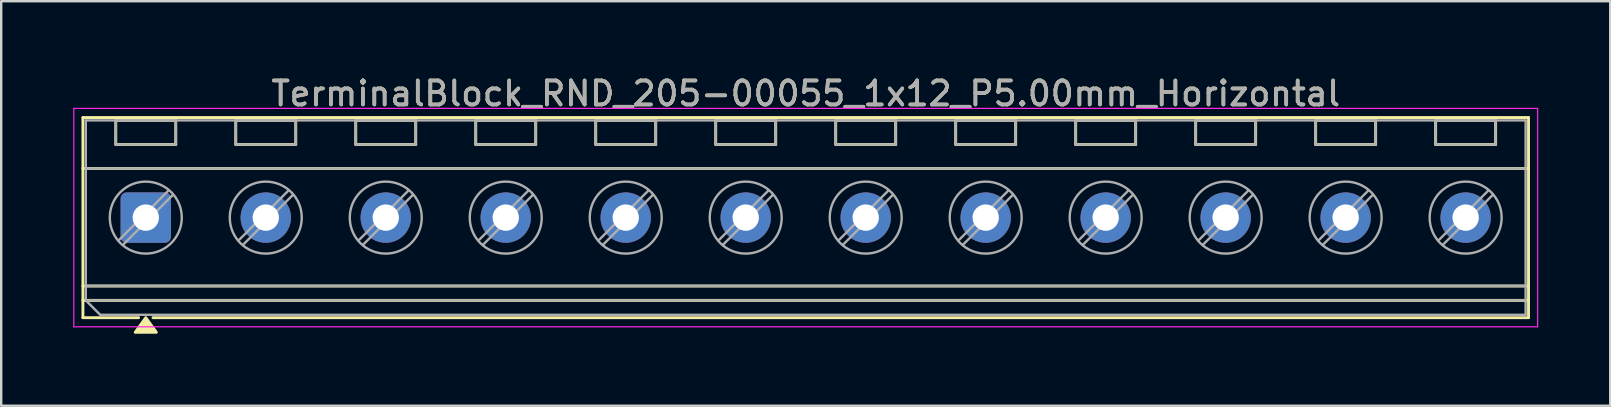
<source format=kicad_pcb>
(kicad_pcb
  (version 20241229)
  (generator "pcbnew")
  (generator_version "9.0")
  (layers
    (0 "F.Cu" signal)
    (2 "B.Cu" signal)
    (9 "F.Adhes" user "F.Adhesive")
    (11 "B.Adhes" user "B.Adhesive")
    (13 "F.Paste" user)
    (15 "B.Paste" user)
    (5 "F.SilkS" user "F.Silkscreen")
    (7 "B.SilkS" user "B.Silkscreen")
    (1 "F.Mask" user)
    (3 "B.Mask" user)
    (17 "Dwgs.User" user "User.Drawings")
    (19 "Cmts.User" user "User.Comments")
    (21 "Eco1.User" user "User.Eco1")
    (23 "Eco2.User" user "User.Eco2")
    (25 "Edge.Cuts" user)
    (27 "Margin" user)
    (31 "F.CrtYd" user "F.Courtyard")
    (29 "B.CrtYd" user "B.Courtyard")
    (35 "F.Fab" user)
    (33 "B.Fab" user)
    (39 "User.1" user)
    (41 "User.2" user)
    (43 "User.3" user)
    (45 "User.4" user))
  (footprint "TerminalBlock_RND_205-00055_1x12_P5.00mm_Horizontal"
    (layer "F.Cu")
    (at 3.025 6.018)
    (property "Reference" "TerminalBlock_RND_205-00055_1x12_P5.00mm_Horizontal" (at 27.5 -5.17 0) (layer "F.SilkS") (effects (font (size 1 1) (thickness 0.15))))
    (attr through_hole)
    (fp_line (start -2.62 -4.17) (end -2.62 4.17) (stroke (width 0.12) (type solid)) (layer "F.SilkS"))
    (fp_line (start -2.62 -4.17) (end 57.62 -4.17) (stroke (width 0.12) (type solid)) (layer "F.SilkS"))
    (fp_line (start -2.62 -2.05) (end 57.62 -2.05) (stroke (width 0.12) (type solid)) (layer "F.SilkS"))
    (fp_line (start -2.62 2.85) (end 57.62 2.85) (stroke (width 0.12) (type solid)) (layer "F.SilkS"))
    (fp_line (start -2.62 3.45) (end 57.62 3.45) (stroke (width 0.12) (type solid)) (layer "F.SilkS"))
    (fp_line (start -2.62 4.17) (end -0.3 4.17) (stroke (width 0.12) (type solid)) (layer "F.SilkS"))
    (fp_line (start -1.25 -4.05) (end -1.25 -3.05) (stroke (width 0.12) (type solid)) (layer "F.SilkS"))
    (fp_line (start -1.25 -4.05) (end 1.25 -4.05) (stroke (width 0.12) (type solid)) (layer "F.SilkS"))
    (fp_line (start -1.25 -3.05) (end 1.25 -3.05) (stroke (width 0.12) (type solid)) (layer "F.SilkS"))
    (fp_line (start 0.3 4.17) (end 57.62 4.17) (stroke (width 0.12) (type solid)) (layer "F.SilkS"))
    (fp_line (start 1.25 -4.05) (end 1.25 -3.05) (stroke (width 0.12) (type solid)) (layer "F.SilkS"))
    (fp_line (start 3.75 -4.05) (end 3.75 -3.05) (stroke (width 0.12) (type solid)) (layer "F.SilkS"))
    (fp_line (start 3.75 -4.05) (end 6.25 -4.05) (stroke (width 0.12) (type solid)) (layer "F.SilkS"))
    (fp_line (start 3.75 -3.05) (end 6.25 -3.05) (stroke (width 0.12) (type solid)) (layer "F.SilkS"))
    (fp_line (start 6.25 -4.05) (end 6.25 -3.05) (stroke (width 0.12) (type solid)) (layer "F.SilkS"))
    (fp_line (start 8.75 -4.05) (end 8.75 -3.05) (stroke (width 0.12) (type solid)) (layer "F.SilkS"))
    (fp_line (start 8.75 -4.05) (end 11.25 -4.05) (stroke (width 0.12) (type solid)) (layer "F.SilkS"))
    (fp_line (start 8.75 -3.05) (end 11.25 -3.05) (stroke (width 0.12) (type solid)) (layer "F.SilkS"))
    (fp_line (start 11.25 -4.05) (end 11.25 -3.05) (stroke (width 0.12) (type solid)) (layer "F.SilkS"))
    (fp_line (start 13.75 -4.05) (end 13.75 -3.05) (stroke (width 0.12) (type solid)) (layer "F.SilkS"))
    (fp_line (start 13.75 -4.05) (end 16.25 -4.05) (stroke (width 0.12) (type solid)) (layer "F.SilkS"))
    (fp_line (start 13.75 -3.05) (end 16.25 -3.05) (stroke (width 0.12) (type solid)) (layer "F.SilkS"))
    (fp_line (start 16.25 -4.05) (end 16.25 -3.05) (stroke (width 0.12) (type solid)) (layer "F.SilkS"))
    (fp_line (start 18.75 -4.05) (end 18.75 -3.05) (stroke (width 0.12) (type solid)) (layer "F.SilkS"))
    (fp_line (start 18.75 -4.05) (end 21.25 -4.05) (stroke (width 0.12) (type solid)) (layer "F.SilkS"))
    (fp_line (start 18.75 -3.05) (end 21.25 -3.05) (stroke (width 0.12) (type solid)) (layer "F.SilkS"))
    (fp_line (start 21.25 -4.05) (end 21.25 -3.05) (stroke (width 0.12) (type solid)) (layer "F.SilkS"))
    (fp_line (start 23.75 -4.05) (end 23.75 -3.05) (stroke (width 0.12) (type solid)) (layer "F.SilkS"))
    (fp_line (start 23.75 -4.05) (end 26.25 -4.05) (stroke (width 0.12) (type solid)) (layer "F.SilkS"))
    (fp_line (start 23.75 -3.05) (end 26.25 -3.05) (stroke (width 0.12) (type solid)) (layer "F.SilkS"))
    (fp_line (start 26.25 -4.05) (end 26.25 -3.05) (stroke (width 0.12) (type solid)) (layer "F.SilkS"))
    (fp_line (start 28.75 -4.05) (end 28.75 -3.05) (stroke (width 0.12) (type solid)) (layer "F.SilkS"))
    (fp_line (start 28.75 -4.05) (end 31.25 -4.05) (stroke (width 0.12) (type solid)) (layer "F.SilkS"))
    (fp_line (start 28.75 -3.05) (end 31.25 -3.05) (stroke (width 0.12) (type solid)) (layer "F.SilkS"))
    (fp_line (start 31.25 -4.05) (end 31.25 -3.05) (stroke (width 0.12) (type solid)) (layer "F.SilkS"))
    (fp_line (start 33.75 -4.05) (end 33.75 -3.05) (stroke (width 0.12) (type solid)) (layer "F.SilkS"))
    (fp_line (start 33.75 -4.05) (end 36.25 -4.05) (stroke (width 0.12) (type solid)) (layer "F.SilkS"))
    (fp_line (start 33.75 -3.05) (end 36.25 -3.05) (stroke (width 0.12) (type solid)) (layer "F.SilkS"))
    (fp_line (start 36.25 -4.05) (end 36.25 -3.05) (stroke (width 0.12) (type solid)) (layer "F.SilkS"))
    (fp_line (start 38.75 -4.05) (end 38.75 -3.05) (stroke (width 0.12) (type solid)) (layer "F.SilkS"))
    (fp_line (start 38.75 -4.05) (end 41.25 -4.05) (stroke (width 0.12) (type solid)) (layer "F.SilkS"))
    (fp_line (start 38.75 -3.05) (end 41.25 -3.05) (stroke (width 0.12) (type solid)) (layer "F.SilkS"))
    (fp_line (start 41.25 -4.05) (end 41.25 -3.05) (stroke (width 0.12) (type solid)) (layer "F.SilkS"))
    (fp_line (start 43.75 -4.05) (end 43.75 -3.05) (stroke (width 0.12) (type solid)) (layer "F.SilkS"))
    (fp_line (start 43.75 -4.05) (end 46.25 -4.05) (stroke (width 0.12) (type solid)) (layer "F.SilkS"))
    (fp_line (start 43.75 -3.05) (end 46.25 -3.05) (stroke (width 0.12) (type solid)) (layer "F.SilkS"))
    (fp_line (start 46.25 -4.05) (end 46.25 -3.05) (stroke (width 0.12) (type solid)) (layer "F.SilkS"))
    (fp_line (start 48.75 -4.05) (end 48.75 -3.05) (stroke (width 0.12) (type solid)) (layer "F.SilkS"))
    (fp_line (start 48.75 -4.05) (end 51.25 -4.05) (stroke (width 0.12) (type solid)) (layer "F.SilkS"))
    (fp_line (start 48.75 -3.05) (end 51.25 -3.05) (stroke (width 0.12) (type solid)) (layer "F.SilkS"))
    (fp_line (start 51.25 -4.05) (end 51.25 -3.05) (stroke (width 0.12) (type solid)) (layer "F.SilkS"))
    (fp_line (start 53.75 -4.05) (end 53.75 -3.05) (stroke (width 0.12) (type solid)) (layer "F.SilkS"))
    (fp_line (start 53.75 -4.05) (end 56.25 -4.05) (stroke (width 0.12) (type solid)) (layer "F.SilkS"))
    (fp_line (start 53.75 -3.05) (end 56.25 -3.05) (stroke (width 0.12) (type solid)) (layer "F.SilkS"))
    (fp_line (start 56.25 -4.05) (end 56.25 -3.05) (stroke (width 0.12) (type solid)) (layer "F.SilkS"))
    (fp_line (start 57.62 -4.17) (end 57.62 4.17) (stroke (width 0.12) (type solid)) (layer "F.SilkS"))
    (fp_poly (pts (xy 0 4.17) (xy 0.44 4.78) (xy -0.44 4.78)) (stroke (width 0.12) (type solid)) (fill yes) (layer "F.SilkS"))
    (fp_line (start -3 -4.55) (end -3 4.55) (stroke (width 0.05) (type solid)) (layer "F.CrtYd"))
    (fp_line (start -3 4.55) (end 58 4.55) (stroke (width 0.05) (type solid)) (layer "F.CrtYd"))
    (fp_line (start 58 -4.55) (end -3 -4.55) (stroke (width 0.05) (type solid)) (layer "F.CrtYd"))
    (fp_line (start 58 4.55) (end 58 -4.55) (stroke (width 0.05) (type solid)) (layer "F.CrtYd"))
    (fp_line (start -2.5 -4.05) (end 57.5 -4.05) (stroke (width 0.1) (type solid)) (layer "F.Fab"))
    (fp_line (start -2.5 -2.05) (end 57.5 -2.05) (stroke (width 0.1) (type solid)) (layer "F.Fab"))
    (fp_line (start -2.5 2.85) (end 57.5 2.85) (stroke (width 0.1) (type solid)) (layer "F.Fab"))
    (fp_line (start -2.5 3.45) (end -2.5 -4.05) (stroke (width 0.1) (type solid)) (layer "F.Fab"))
    (fp_line (start -2.5 3.45) (end 57.5 3.45) (stroke (width 0.1) (type solid)) (layer "F.Fab"))
    (fp_line (start -1.9 4.05) (end -2.5 3.45) (stroke (width 0.1) (type solid)) (layer "F.Fab"))
    (fp_line (start -1.25 -4.05) (end -1.25 -3.05) (stroke (width 0.1) (type solid)) (layer "F.Fab"))
    (fp_line (start -1.25 -3.05) (end 1.25 -3.05) (stroke (width 0.1) (type solid)) (layer "F.Fab"))
    (fp_line (start 0.955 -1.138) (end -1.138 0.955) (stroke (width 0.1) (type solid)) (layer "F.Fab"))
    (fp_line (start 1.138 -0.955) (end -0.955 1.138) (stroke (width 0.1) (type solid)) (layer "F.Fab"))
    (fp_line (start 1.25 -4.05) (end -1.25 -4.05) (stroke (width 0.1) (type solid)) (layer "F.Fab"))
    (fp_line (start 1.25 -3.05) (end 1.25 -4.05) (stroke (width 0.1) (type solid)) (layer "F.Fab"))
    (fp_line (start 3.75 -4.05) (end 3.75 -3.05) (stroke (width 0.1) (type solid)) (layer "F.Fab"))
    (fp_line (start 3.75 -3.05) (end 6.25 -3.05) (stroke (width 0.1) (type solid)) (layer "F.Fab"))
    (fp_line (start 5.955 -1.138) (end 3.862 0.955) (stroke (width 0.1) (type solid)) (layer "F.Fab"))
    (fp_line (start 6.138 -0.955) (end 4.045 1.138) (stroke (width 0.1) (type solid)) (layer "F.Fab"))
    (fp_line (start 6.25 -4.05) (end 3.75 -4.05) (stroke (width 0.1) (type solid)) (layer "F.Fab"))
    (fp_line (start 6.25 -3.05) (end 6.25 -4.05) (stroke (width 0.1) (type solid)) (layer "F.Fab"))
    (fp_line (start 8.75 -4.05) (end 8.75 -3.05) (stroke (width 0.1) (type solid)) (layer "F.Fab"))
    (fp_line (start 8.75 -3.05) (end 11.25 -3.05) (stroke (width 0.1) (type solid)) (layer "F.Fab"))
    (fp_line (start 10.955 -1.138) (end 8.862 0.955) (stroke (width 0.1) (type solid)) (layer "F.Fab"))
    (fp_line (start 11.138 -0.955) (end 9.045 1.138) (stroke (width 0.1) (type solid)) (layer "F.Fab"))
    (fp_line (start 11.25 -4.05) (end 8.75 -4.05) (stroke (width 0.1) (type solid)) (layer "F.Fab"))
    (fp_line (start 11.25 -3.05) (end 11.25 -4.05) (stroke (width 0.1) (type solid)) (layer "F.Fab"))
    (fp_line (start 13.75 -4.05) (end 13.75 -3.05) (stroke (width 0.1) (type solid)) (layer "F.Fab"))
    (fp_line (start 13.75 -3.05) (end 16.25 -3.05) (stroke (width 0.1) (type solid)) (layer "F.Fab"))
    (fp_line (start 15.955 -1.138) (end 13.862 0.955) (stroke (width 0.1) (type solid)) (layer "F.Fab"))
    (fp_line (start 16.138 -0.955) (end 14.045 1.138) (stroke (width 0.1) (type solid)) (layer "F.Fab"))
    (fp_line (start 16.25 -4.05) (end 13.75 -4.05) (stroke (width 0.1) (type solid)) (layer "F.Fab"))
    (fp_line (start 16.25 -3.05) (end 16.25 -4.05) (stroke (width 0.1) (type solid)) (layer "F.Fab"))
    (fp_line (start 18.75 -4.05) (end 18.75 -3.05) (stroke (width 0.1) (type solid)) (layer "F.Fab"))
    (fp_line (start 18.75 -3.05) (end 21.25 -3.05) (stroke (width 0.1) (type solid)) (layer "F.Fab"))
    (fp_line (start 20.955 -1.138) (end 18.862 0.955) (stroke (width 0.1) (type solid)) (layer "F.Fab"))
    (fp_line (start 21.138 -0.955) (end 19.045 1.138) (stroke (width 0.1) (type solid)) (layer "F.Fab"))
    (fp_line (start 21.25 -4.05) (end 18.75 -4.05) (stroke (width 0.1) (type solid)) (layer "F.Fab"))
    (fp_line (start 21.25 -3.05) (end 21.25 -4.05) (stroke (width 0.1) (type solid)) (layer "F.Fab"))
    (fp_line (start 23.75 -4.05) (end 23.75 -3.05) (stroke (width 0.1) (type solid)) (layer "F.Fab"))
    (fp_line (start 23.75 -3.05) (end 26.25 -3.05) (stroke (width 0.1) (type solid)) (layer "F.Fab"))
    (fp_line (start 25.955 -1.138) (end 23.862 0.955) (stroke (width 0.1) (type solid)) (layer "F.Fab"))
    (fp_line (start 26.138 -0.955) (end 24.045 1.138) (stroke (width 0.1) (type solid)) (layer "F.Fab"))
    (fp_line (start 26.25 -4.05) (end 23.75 -4.05) (stroke (width 0.1) (type solid)) (layer "F.Fab"))
    (fp_line (start 26.25 -3.05) (end 26.25 -4.05) (stroke (width 0.1) (type solid)) (layer "F.Fab"))
    (fp_line (start 28.75 -4.05) (end 28.75 -3.05) (stroke (width 0.1) (type solid)) (layer "F.Fab"))
    (fp_line (start 28.75 -3.05) (end 31.25 -3.05) (stroke (width 0.1) (type solid)) (layer "F.Fab"))
    (fp_line (start 30.955 -1.138) (end 28.862 0.955) (stroke (width 0.1) (type solid)) (layer "F.Fab"))
    (fp_line (start 31.138 -0.955) (end 29.045 1.138) (stroke (width 0.1) (type solid)) (layer "F.Fab"))
    (fp_line (start 31.25 -4.05) (end 28.75 -4.05) (stroke (width 0.1) (type solid)) (layer "F.Fab"))
    (fp_line (start 31.25 -3.05) (end 31.25 -4.05) (stroke (width 0.1) (type solid)) (layer "F.Fab"))
    (fp_line (start 33.75 -4.05) (end 33.75 -3.05) (stroke (width 0.1) (type solid)) (layer "F.Fab"))
    (fp_line (start 33.75 -3.05) (end 36.25 -3.05) (stroke (width 0.1) (type solid)) (layer "F.Fab"))
    (fp_line (start 35.955 -1.138) (end 33.862 0.955) (stroke (width 0.1) (type solid)) (layer "F.Fab"))
    (fp_line (start 36.138 -0.955) (end 34.045 1.138) (stroke (width 0.1) (type solid)) (layer "F.Fab"))
    (fp_line (start 36.25 -4.05) (end 33.75 -4.05) (stroke (width 0.1) (type solid)) (layer "F.Fab"))
    (fp_line (start 36.25 -3.05) (end 36.25 -4.05) (stroke (width 0.1) (type solid)) (layer "F.Fab"))
    (fp_line (start 38.75 -4.05) (end 38.75 -3.05) (stroke (width 0.1) (type solid)) (layer "F.Fab"))
    (fp_line (start 38.75 -3.05) (end 41.25 -3.05) (stroke (width 0.1) (type solid)) (layer "F.Fab"))
    (fp_line (start 40.955 -1.138) (end 38.862 0.955) (stroke (width 0.1) (type solid)) (layer "F.Fab"))
    (fp_line (start 41.138 -0.955) (end 39.045 1.138) (stroke (width 0.1) (type solid)) (layer "F.Fab"))
    (fp_line (start 41.25 -4.05) (end 38.75 -4.05) (stroke (width 0.1) (type solid)) (layer "F.Fab"))
    (fp_line (start 41.25 -3.05) (end 41.25 -4.05) (stroke (width 0.1) (type solid)) (layer "F.Fab"))
    (fp_line (start 43.75 -4.05) (end 43.75 -3.05) (stroke (width 0.1) (type solid)) (layer "F.Fab"))
    (fp_line (start 43.75 -3.05) (end 46.25 -3.05) (stroke (width 0.1) (type solid)) (layer "F.Fab"))
    (fp_line (start 45.955 -1.138) (end 43.862 0.955) (stroke (width 0.1) (type solid)) (layer "F.Fab"))
    (fp_line (start 46.138 -0.955) (end 44.045 1.138) (stroke (width 0.1) (type solid)) (layer "F.Fab"))
    (fp_line (start 46.25 -4.05) (end 43.75 -4.05) (stroke (width 0.1) (type solid)) (layer "F.Fab"))
    (fp_line (start 46.25 -3.05) (end 46.25 -4.05) (stroke (width 0.1) (type solid)) (layer "F.Fab"))
    (fp_line (start 48.75 -4.05) (end 48.75 -3.05) (stroke (width 0.1) (type solid)) (layer "F.Fab"))
    (fp_line (start 48.75 -3.05) (end 51.25 -3.05) (stroke (width 0.1) (type solid)) (layer "F.Fab"))
    (fp_line (start 50.955 -1.138) (end 48.862 0.955) (stroke (width 0.1) (type solid)) (layer "F.Fab"))
    (fp_line (start 51.138 -0.955) (end 49.045 1.138) (stroke (width 0.1) (type solid)) (layer "F.Fab"))
    (fp_line (start 51.25 -4.05) (end 48.75 -4.05) (stroke (width 0.1) (type solid)) (layer "F.Fab"))
    (fp_line (start 51.25 -3.05) (end 51.25 -4.05) (stroke (width 0.1) (type solid)) (layer "F.Fab"))
    (fp_line (start 53.75 -4.05) (end 53.75 -3.05) (stroke (width 0.1) (type solid)) (layer "F.Fab"))
    (fp_line (start 53.75 -3.05) (end 56.25 -3.05) (stroke (width 0.1) (type solid)) (layer "F.Fab"))
    (fp_line (start 55.955 -1.138) (end 53.862 0.955) (stroke (width 0.1) (type solid)) (layer "F.Fab"))
    (fp_line (start 56.138 -0.955) (end 54.045 1.138) (stroke (width 0.1) (type solid)) (layer "F.Fab"))
    (fp_line (start 56.25 -4.05) (end 53.75 -4.05) (stroke (width 0.1) (type solid)) (layer "F.Fab"))
    (fp_line (start 56.25 -3.05) (end 56.25 -4.05) (stroke (width 0.1) (type solid)) (layer "F.Fab"))
    (fp_line (start 57.5 -4.05) (end 57.5 4.05) (stroke (width 0.1) (type solid)) (layer "F.Fab"))
    (fp_line (start 57.5 4.05) (end -1.9 4.05) (stroke (width 0.1) (type solid)) (layer "F.Fab"))
    (fp_circle (center 0 0) (end 1.5 0) (stroke (width 0.1) (type solid)) (fill no) (layer "F.Fab"))
    (fp_circle (center 5 0) (end 6.5 0) (stroke (width 0.1) (type solid)) (fill no) (layer "F.Fab"))
    (fp_circle (center 10 0) (end 11.5 0) (stroke (width 0.1) (type solid)) (fill no) (layer "F.Fab"))
    (fp_circle (center 15 0) (end 16.5 0) (stroke (width 0.1) (type solid)) (fill no) (layer "F.Fab"))
    (fp_circle (center 20 0) (end 21.5 0) (stroke (width 0.1) (type solid)) (fill no) (layer "F.Fab"))
    (fp_circle (center 25 0) (end 26.5 0) (stroke (width 0.1) (type solid)) (fill no) (layer "F.Fab"))
    (fp_circle (center 30 0) (end 31.5 0) (stroke (width 0.1) (type solid)) (fill no) (layer "F.Fab"))
    (fp_circle (center 35 0) (end 36.5 0) (stroke (width 0.1) (type solid)) (fill no) (layer "F.Fab"))
    (fp_circle (center 40 0) (end 41.5 0) (stroke (width 0.1) (type solid)) (fill no) (layer "F.Fab"))
    (fp_circle (center 45 0) (end 46.5 0) (stroke (width 0.1) (type solid)) (fill no) (layer "F.Fab"))
    (fp_circle (center 50 0) (end 51.5 0) (stroke (width 0.1) (type solid)) (fill no) (layer "F.Fab"))
    (fp_circle (center 55 0) (end 56.5 0) (stroke (width 0.1) (type solid)) (fill no) (layer "F.Fab"))
    (fp_text user "${REFERENCE}" (at 27.5 -5.17 0) (layer "F.Fab") (effects (font (size 1 1) (thickness 0.15))))
    (pad "1" thru_hole roundrect (at 0 0) (size 2.1 2.1) (drill 1.1) (layers "*.Cu" "*.Mask") (roundrect_rratio 0.119))
    (pad "2" thru_hole circle (at 5 0) (size 2.1 2.1) (drill 1.1) (layers "*.Cu" "*.Mask"))
    (pad "3" thru_hole circle (at 10 0) (size 2.1 2.1) (drill 1.1) (layers "*.Cu" "*.Mask"))
    (pad "4" thru_hole circle (at 15 0) (size 2.1 2.1) (drill 1.1) (layers "*.Cu" "*.Mask"))
    (pad "5" thru_hole circle (at 20 0) (size 2.1 2.1) (drill 1.1) (layers "*.Cu" "*.Mask"))
    (pad "6" thru_hole circle (at 25 0) (size 2.1 2.1) (drill 1.1) (layers "*.Cu" "*.Mask"))
    (pad "7" thru_hole circle (at 30 0) (size 2.1 2.1) (drill 1.1) (layers "*.Cu" "*.Mask"))
    (pad "8" thru_hole circle (at 35 0) (size 2.1 2.1) (drill 1.1) (layers "*.Cu" "*.Mask"))
    (pad "9" thru_hole circle (at 40 0) (size 2.1 2.1) (drill 1.1) (layers "*.Cu" "*.Mask"))
    (pad "10" thru_hole circle (at 45 0) (size 2.1 2.1) (drill 1.1) (layers "*.Cu" "*.Mask"))
    (pad "11" thru_hole circle (at 50 0) (size 2.1 2.1) (drill 1.1) (layers "*.Cu" "*.Mask"))
    (pad "12" thru_hole circle (at 55 0) (size 2.1 2.1) (drill 1.1) (layers "*.Cu" "*.Mask")))
  (gr_rect
    (start -3 -3)
    (end 64.05 13.858)
    (stroke (width 0.1) (type default))
    (fill no)
    (layer "Edge.Cuts")))
</source>
